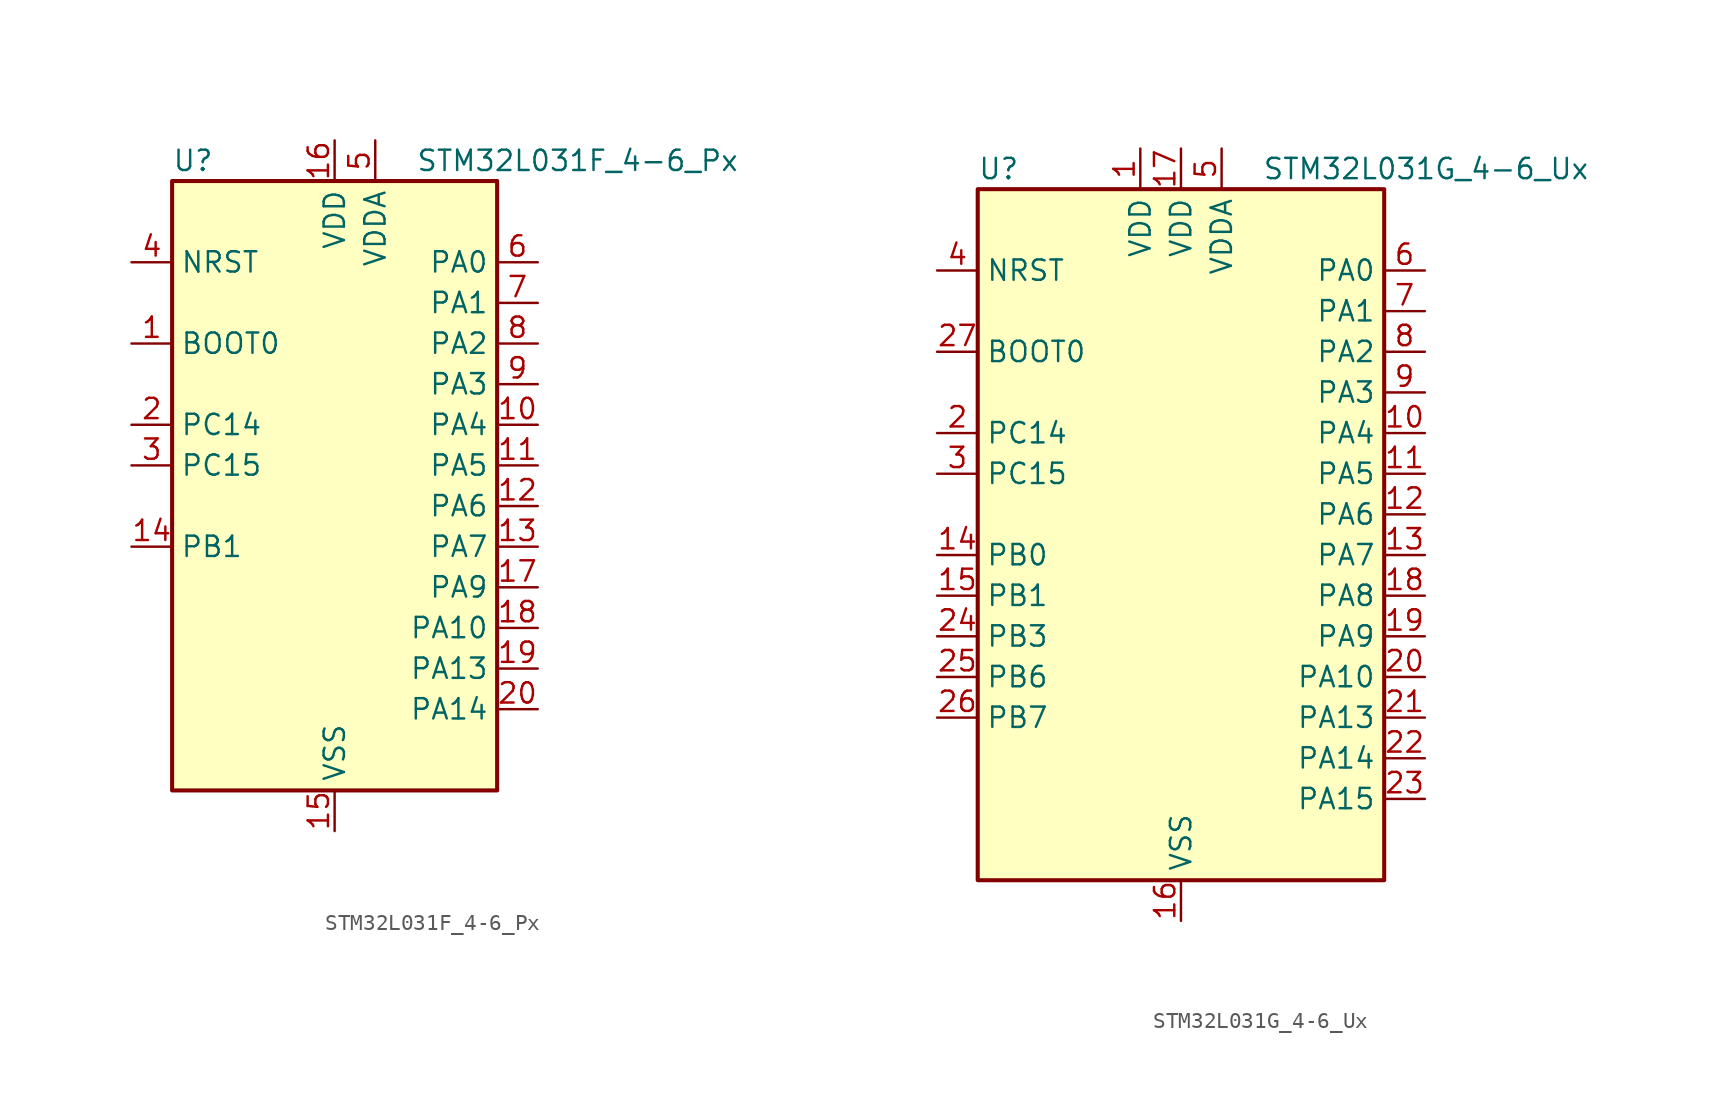
<source format=kicad_sym>
(kicad_symbol_lib
  (version 20241209)
  (generator "kicad_symbol_editor")
  (generator_version "9.0")
  (symbol "STM32L031F_4-6_Px"
    (property "Reference" "U"
      (at -10.16 21.59 0)
      (effects (font (size 1.27 1.27)) (justify left)))
    (property "Value" "STM32L031F_4-6_Px"
      (at 5.08 21.59 0)
      (effects (font (size 1.27 1.27)) (justify left)))
    (symbol "STM32L031F_4-6_Px_0_1"
      (rectangle (start -10.16 -17.78) (end 10.16 20.32) (stroke (width 0.254) (type default)) (fill (type background))))
    (symbol "STM32L031F_4-6_Px_1_1"
      (pin input line (at -12.7 15.24 0) (length 2.54) (name "NRST" (effects (font (size 1.27 1.27)))) (number "4" (effects (font (size 1.27 1.27)))))
      (pin input line (at -12.7 10.16 0) (length 2.54) (name "BOOT0" (effects (font (size 1.27 1.27)))) (number "1" (effects (font (size 1.27 1.27)))))
      (pin bidirectional line (at -12.7 5.08 0) (length 2.54) (name "PC14" (effects (font (size 1.27 1.27)))) (number "2" (effects (font (size 1.27 1.27)))) (alternate "RCC_OSC32_IN" bidirectional line))
      (pin bidirectional line (at -12.7 2.54 0) (length 2.54) (name "PC15" (effects (font (size 1.27 1.27)))) (number "3" (effects (font (size 1.27 1.27)))) (alternate "RCC_OSC32_OUT" bidirectional line))
      (pin bidirectional line (at -12.7 -2.54 0) (length 2.54) (name "PB1" (effects (font (size 1.27 1.27)))) (number "14" (effects (font (size 1.27 1.27)))) (alternate "ADC_IN9" bidirectional line) (alternate "LPUART1_DE" bidirectional line) (alternate "LPUART1_RTS" bidirectional line) (alternate "SPI1_MOSI" bidirectional line) (alternate "SYS_VREF_OUT_PB1" bidirectional line) (alternate "TIM2_CH4" bidirectional line) (alternate "USART2_CK" bidirectional line))
      (pin power_in line (at 0 22.86 270) (length 2.54) (name "VDD" (effects (font (size 1.27 1.27)))) (number "16" (effects (font (size 1.27 1.27)))))
      (pin power_in line (at 0 -20.32 90) (length 2.54) (name "VSS" (effects (font (size 1.27 1.27)))) (number "15" (effects (font (size 1.27 1.27)))))
      (pin power_in line (at 2.54 22.86 270) (length 2.54) (name "VDDA" (effects (font (size 1.27 1.27)))) (number "5" (effects (font (size 1.27 1.27)))))
      (pin bidirectional line (at 12.7 15.24 180) (length 2.54) (name "PA0" (effects (font (size 1.27 1.27)))) (number "6" (effects (font (size 1.27 1.27)))) (alternate "ADC_IN0" bidirectional line) (alternate "COMP1_INM" bidirectional line) (alternate "COMP1_OUT" bidirectional line) (alternate "LPTIM1_IN1" bidirectional line) (alternate "RCC_CK_IN" bidirectional line) (alternate "RTC_TAMP2" bidirectional line) (alternate "SYS_WKUP1" bidirectional line) (alternate "TIM2_CH1" bidirectional line) (alternate "TIM2_ETR" bidirectional line) (alternate "USART2_CTS" bidirectional line))
      (pin bidirectional line (at 12.7 12.7 180) (length 2.54) (name "PA1" (effects (font (size 1.27 1.27)))) (number "7" (effects (font (size 1.27 1.27)))) (alternate "ADC_IN1" bidirectional line) (alternate "COMP1_INP" bidirectional line) (alternate "I2C1_SMBA" bidirectional line) (alternate "LPTIM1_IN2" bidirectional line) (alternate "TIM21_ETR" bidirectional line) (alternate "TIM2_CH2" bidirectional line) (alternate "USART2_DE" bidirectional line) (alternate "USART2_RTS" bidirectional line))
      (pin bidirectional line (at 12.7 10.16 180) (length 2.54) (name "PA2" (effects (font (size 1.27 1.27)))) (number "8" (effects (font (size 1.27 1.27)))) (alternate "ADC_IN2" bidirectional line) (alternate "COMP2_INM" bidirectional line) (alternate "COMP2_OUT" bidirectional line) (alternate "LPUART1_TX" bidirectional line) (alternate "RTC_OUT_ALARM" bidirectional line) (alternate "RTC_OUT_CALIB" bidirectional line) (alternate "RTC_TAMP3" bidirectional line) (alternate "RTC_TS" bidirectional line) (alternate "SYS_WKUP3" bidirectional line) (alternate "TIM21_CH1" bidirectional line) (alternate "TIM2_CH3" bidirectional line) (alternate "USART2_TX" bidirectional line))
      (pin bidirectional line (at 12.7 7.62 180) (length 2.54) (name "PA3" (effects (font (size 1.27 1.27)))) (number "9" (effects (font (size 1.27 1.27)))) (alternate "ADC_IN3" bidirectional line) (alternate "COMP2_INP" bidirectional line) (alternate "LPUART1_RX" bidirectional line) (alternate "TIM21_CH2" bidirectional line) (alternate "TIM2_CH4" bidirectional line) (alternate "USART2_RX" bidirectional line))
      (pin bidirectional line (at 12.7 5.08 180) (length 2.54) (name "PA4" (effects (font (size 1.27 1.27)))) (number "10" (effects (font (size 1.27 1.27)))) (alternate "ADC_IN4" bidirectional line) (alternate "COMP1_INM" bidirectional line) (alternate "COMP2_INM" bidirectional line) (alternate "LPTIM1_IN1" bidirectional line) (alternate "SPI1_NSS" bidirectional line) (alternate "TIM22_ETR" bidirectional line) (alternate "USART2_CK" bidirectional line))
      (pin bidirectional line (at 12.7 2.54 180) (length 2.54) (name "PA5" (effects (font (size 1.27 1.27)))) (number "11" (effects (font (size 1.27 1.27)))) (alternate "ADC_IN5" bidirectional line) (alternate "COMP1_INM" bidirectional line) (alternate "COMP2_INM" bidirectional line) (alternate "LPTIM1_IN2" bidirectional line) (alternate "SPI1_SCK" bidirectional line) (alternate "TIM2_CH1" bidirectional line) (alternate "TIM2_ETR" bidirectional line))
      (pin bidirectional line (at 12.7 0 180) (length 2.54) (name "PA6" (effects (font (size 1.27 1.27)))) (number "12" (effects (font (size 1.27 1.27)))) (alternate "ADC_IN6" bidirectional line) (alternate "COMP1_OUT" bidirectional line) (alternate "LPTIM1_ETR" bidirectional line) (alternate "LPUART1_CTS" bidirectional line) (alternate "SPI1_MISO" bidirectional line) (alternate "TIM22_CH1" bidirectional line))
      (pin bidirectional line (at 12.7 -2.54 180) (length 2.54) (name "PA7" (effects (font (size 1.27 1.27)))) (number "13" (effects (font (size 1.27 1.27)))) (alternate "ADC_IN7" bidirectional line) (alternate "COMP2_OUT" bidirectional line) (alternate "LPTIM1_OUT" bidirectional line) (alternate "SPI1_MOSI" bidirectional line) (alternate "TIM22_CH2" bidirectional line) (alternate "USART2_CTS" bidirectional line))
      (pin bidirectional line (at 12.7 -5.08 180) (length 2.54) (name "PA9" (effects (font (size 1.27 1.27)))) (number "17" (effects (font (size 1.27 1.27)))) (alternate "I2C1_SCL" bidirectional line) (alternate "RCC_MCO" bidirectional line) (alternate "TIM22_CH1" bidirectional line) (alternate "USART2_TX" bidirectional line))
      (pin bidirectional line (at 12.7 -7.62 180) (length 2.54) (name "PA10" (effects (font (size 1.27 1.27)))) (number "18" (effects (font (size 1.27 1.27)))) (alternate "I2C1_SDA" bidirectional line) (alternate "TIM22_CH2" bidirectional line) (alternate "USART2_RX" bidirectional line))
      (pin bidirectional line (at 12.7 -10.16 180) (length 2.54) (name "PA13" (effects (font (size 1.27 1.27)))) (number "19" (effects (font (size 1.27 1.27)))) (alternate "LPTIM1_ETR" bidirectional line) (alternate "LPUART1_RX" bidirectional line) (alternate "SYS_SWDIO" bidirectional line))
      (pin bidirectional line (at 12.7 -12.7 180) (length 2.54) (name "PA14" (effects (font (size 1.27 1.27)))) (number "20" (effects (font (size 1.27 1.27)))) (alternate "I2C1_SMBA" bidirectional line) (alternate "LPTIM1_OUT" bidirectional line) (alternate "LPUART1_TX" bidirectional line) (alternate "SYS_SWCLK" bidirectional line) (alternate "USART2_TX" bidirectional line))))
  (symbol "STM32L031G_4-6_Ux"
    (property "Reference" "U"
      (at -12.7 24.13 0)
      (effects (font (size 1.27 1.27)) (justify left)))
    (property "Value" "STM32L031G_4-6_Ux"
      (at 5.08 24.13 0)
      (effects (font (size 1.27 1.27)) (justify left)))
    (symbol "STM32L031G_4-6_Ux_0_1"
      (rectangle (start -12.7 -20.32) (end 12.7 22.86) (stroke (width 0.254) (type default)) (fill (type background))))
    (symbol "STM32L031G_4-6_Ux_1_1"
      (pin input line (at -15.24 17.78 0) (length 2.54) (name "NRST" (effects (font (size 1.27 1.27)))) (number "4" (effects (font (size 1.27 1.27)))))
      (pin input line (at -15.24 12.7 0) (length 2.54) (name "BOOT0" (effects (font (size 1.27 1.27)))) (number "27" (effects (font (size 1.27 1.27)))))
      (pin bidirectional line (at -15.24 7.62 0) (length 2.54) (name "PC14" (effects (font (size 1.27 1.27)))) (number "2" (effects (font (size 1.27 1.27)))) (alternate "RCC_OSC32_IN" bidirectional line))
      (pin bidirectional line (at -15.24 5.08 0) (length 2.54) (name "PC15" (effects (font (size 1.27 1.27)))) (number "3" (effects (font (size 1.27 1.27)))) (alternate "RCC_OSC32_OUT" bidirectional line))
      (pin bidirectional line (at -15.24 0 0) (length 2.54) (name "PB0" (effects (font (size 1.27 1.27)))) (number "14" (effects (font (size 1.27 1.27)))) (alternate "ADC_IN8" bidirectional line) (alternate "SPI1_MISO" bidirectional line) (alternate "SYS_VREF_OUT_PB0" bidirectional line) (alternate "TIM2_CH3" bidirectional line) (alternate "USART2_DE" bidirectional line) (alternate "USART2_RTS" bidirectional line))
      (pin bidirectional line (at -15.24 -2.54 0) (length 2.54) (name "PB1" (effects (font (size 1.27 1.27)))) (number "15" (effects (font (size 1.27 1.27)))) (alternate "ADC_IN9" bidirectional line) (alternate "LPUART1_DE" bidirectional line) (alternate "LPUART1_RTS" bidirectional line) (alternate "SPI1_MOSI" bidirectional line) (alternate "SYS_VREF_OUT_PB1" bidirectional line) (alternate "TIM2_CH4" bidirectional line) (alternate "USART2_CK" bidirectional line))
      (pin bidirectional line (at -15.24 -5.08 0) (length 2.54) (name "PB3" (effects (font (size 1.27 1.27)))) (number "24" (effects (font (size 1.27 1.27)))) (alternate "COMP2_INM" bidirectional line) (alternate "SPI1_SCK" bidirectional line) (alternate "TIM2_CH2" bidirectional line))
      (pin bidirectional line (at -15.24 -7.62 0) (length 2.54) (name "PB6" (effects (font (size 1.27 1.27)))) (number "25" (effects (font (size 1.27 1.27)))) (alternate "COMP2_INP" bidirectional line) (alternate "I2C1_SCL" bidirectional line) (alternate "LPTIM1_ETR" bidirectional line) (alternate "TIM21_CH1" bidirectional line) (alternate "USART2_TX" bidirectional line))
      (pin bidirectional line (at -15.24 -10.16 0) (length 2.54) (name "PB7" (effects (font (size 1.27 1.27)))) (number "26" (effects (font (size 1.27 1.27)))) (alternate "COMP2_INP" bidirectional line) (alternate "I2C1_SDA" bidirectional line) (alternate "LPTIM1_IN2" bidirectional line) (alternate "SYS_PVD_IN" bidirectional line) (alternate "USART2_RX" bidirectional line))
      (pin power_in line (at -2.54 25.4 270) (length 2.54) (name "VDD" (effects (font (size 1.27 1.27)))) (number "1" (effects (font (size 1.27 1.27)))))
      (pin power_in line (at 0 25.4 270) (length 2.54) (name "VDD" (effects (font (size 1.27 1.27)))) (number "17" (effects (font (size 1.27 1.27)))))
      (pin power_in line (at 0 -22.86 90) (length 2.54) (name "VSS" (effects (font (size 1.27 1.27)))) (number "16" (effects (font (size 1.27 1.27)))))
      (pin passive line (at 0 -22.86 90) (length 2.54) (hide yes) (name "VSS" (effects (font (size 1.27 1.27)))) (number "28" (effects (font (size 1.27 1.27)))))
      (pin power_in line (at 2.54 25.4 270) (length 2.54) (name "VDDA" (effects (font (size 1.27 1.27)))) (number "5" (effects (font (size 1.27 1.27)))))
      (pin bidirectional line (at 15.24 17.78 180) (length 2.54) (name "PA0" (effects (font (size 1.27 1.27)))) (number "6" (effects (font (size 1.27 1.27)))) (alternate "ADC_IN0" bidirectional line) (alternate "COMP1_INM" bidirectional line) (alternate "COMP1_OUT" bidirectional line) (alternate "LPTIM1_IN1" bidirectional line) (alternate "RCC_CK_IN" bidirectional line) (alternate "RTC_TAMP2" bidirectional line) (alternate "SYS_WKUP1" bidirectional line) (alternate "TIM2_CH1" bidirectional line) (alternate "TIM2_ETR" bidirectional line) (alternate "USART2_CTS" bidirectional line))
      (pin bidirectional line (at 15.24 15.24 180) (length 2.54) (name "PA1" (effects (font (size 1.27 1.27)))) (number "7" (effects (font (size 1.27 1.27)))) (alternate "ADC_IN1" bidirectional line) (alternate "COMP1_INP" bidirectional line) (alternate "I2C1_SMBA" bidirectional line) (alternate "LPTIM1_IN2" bidirectional line) (alternate "TIM21_ETR" bidirectional line) (alternate "TIM2_CH2" bidirectional line) (alternate "USART2_DE" bidirectional line) (alternate "USART2_RTS" bidirectional line))
      (pin bidirectional line (at 15.24 12.7 180) (length 2.54) (name "PA2" (effects (font (size 1.27 1.27)))) (number "8" (effects (font (size 1.27 1.27)))) (alternate "ADC_IN2" bidirectional line) (alternate "COMP2_INM" bidirectional line) (alternate "COMP2_OUT" bidirectional line) (alternate "LPUART1_TX" bidirectional line) (alternate "RTC_OUT_ALARM" bidirectional line) (alternate "RTC_OUT_CALIB" bidirectional line) (alternate "RTC_TAMP3" bidirectional line) (alternate "RTC_TS" bidirectional line) (alternate "SYS_WKUP3" bidirectional line) (alternate "TIM21_CH1" bidirectional line) (alternate "TIM2_CH3" bidirectional line) (alternate "USART2_TX" bidirectional line))
      (pin bidirectional line (at 15.24 10.16 180) (length 2.54) (name "PA3" (effects (font (size 1.27 1.27)))) (number "9" (effects (font (size 1.27 1.27)))) (alternate "ADC_IN3" bidirectional line) (alternate "COMP2_INP" bidirectional line) (alternate "LPUART1_RX" bidirectional line) (alternate "TIM21_CH2" bidirectional line) (alternate "TIM2_CH4" bidirectional line) (alternate "USART2_RX" bidirectional line))
      (pin bidirectional line (at 15.24 7.62 180) (length 2.54) (name "PA4" (effects (font (size 1.27 1.27)))) (number "10" (effects (font (size 1.27 1.27)))) (alternate "ADC_IN4" bidirectional line) (alternate "COMP1_INM" bidirectional line) (alternate "COMP2_INM" bidirectional line) (alternate "LPTIM1_IN1" bidirectional line) (alternate "SPI1_NSS" bidirectional line) (alternate "TIM22_ETR" bidirectional line) (alternate "USART2_CK" bidirectional line))
      (pin bidirectional line (at 15.24 5.08 180) (length 2.54) (name "PA5" (effects (font (size 1.27 1.27)))) (number "11" (effects (font (size 1.27 1.27)))) (alternate "ADC_IN5" bidirectional line) (alternate "COMP1_INM" bidirectional line) (alternate "COMP2_INM" bidirectional line) (alternate "LPTIM1_IN2" bidirectional line) (alternate "SPI1_SCK" bidirectional line) (alternate "TIM2_CH1" bidirectional line) (alternate "TIM2_ETR" bidirectional line))
      (pin bidirectional line (at 15.24 2.54 180) (length 2.54) (name "PA6" (effects (font (size 1.27 1.27)))) (number "12" (effects (font (size 1.27 1.27)))) (alternate "ADC_IN6" bidirectional line) (alternate "COMP1_OUT" bidirectional line) (alternate "LPTIM1_ETR" bidirectional line) (alternate "LPUART1_CTS" bidirectional line) (alternate "SPI1_MISO" bidirectional line) (alternate "TIM22_CH1" bidirectional line))
      (pin bidirectional line (at 15.24 0 180) (length 2.54) (name "PA7" (effects (font (size 1.27 1.27)))) (number "13" (effects (font (size 1.27 1.27)))) (alternate "ADC_IN7" bidirectional line) (alternate "COMP2_OUT" bidirectional line) (alternate "LPTIM1_OUT" bidirectional line) (alternate "SPI1_MOSI" bidirectional line) (alternate "TIM22_CH2" bidirectional line) (alternate "USART2_CTS" bidirectional line))
      (pin bidirectional line (at 15.24 -2.54 180) (length 2.54) (name "PA8" (effects (font (size 1.27 1.27)))) (number "18" (effects (font (size 1.27 1.27)))) (alternate "LPTIM1_IN1" bidirectional line) (alternate "RCC_MCO" bidirectional line) (alternate "TIM2_CH1" bidirectional line) (alternate "USART2_CK" bidirectional line))
      (pin bidirectional line (at 15.24 -5.08 180) (length 2.54) (name "PA9" (effects (font (size 1.27 1.27)))) (number "19" (effects (font (size 1.27 1.27)))) (alternate "I2C1_SCL" bidirectional line) (alternate "RCC_MCO" bidirectional line) (alternate "TIM22_CH1" bidirectional line) (alternate "USART2_TX" bidirectional line))
      (pin bidirectional line (at 15.24 -7.62 180) (length 2.54) (name "PA10" (effects (font (size 1.27 1.27)))) (number "20" (effects (font (size 1.27 1.27)))) (alternate "I2C1_SDA" bidirectional line) (alternate "TIM22_CH2" bidirectional line) (alternate "USART2_RX" bidirectional line))
      (pin bidirectional line (at 15.24 -10.16 180) (length 2.54) (name "PA13" (effects (font (size 1.27 1.27)))) (number "21" (effects (font (size 1.27 1.27)))) (alternate "LPTIM1_ETR" bidirectional line) (alternate "LPUART1_RX" bidirectional line) (alternate "SYS_SWDIO" bidirectional line))
      (pin bidirectional line (at 15.24 -12.7 180) (length 2.54) (name "PA14" (effects (font (size 1.27 1.27)))) (number "22" (effects (font (size 1.27 1.27)))) (alternate "I2C1_SMBA" bidirectional line) (alternate "LPTIM1_OUT" bidirectional line) (alternate "LPUART1_TX" bidirectional line) (alternate "SYS_SWCLK" bidirectional line) (alternate "USART2_TX" bidirectional line))
      (pin bidirectional line (at 15.24 -15.24 180) (length 2.54) (name "PA15" (effects (font (size 1.27 1.27)))) (number "23" (effects (font (size 1.27 1.27)))) (alternate "SPI1_NSS" bidirectional line) (alternate "TIM2_CH1" bidirectional line) (alternate "TIM2_ETR" bidirectional line) (alternate "USART2_RX" bidirectional line)))))
</source>
